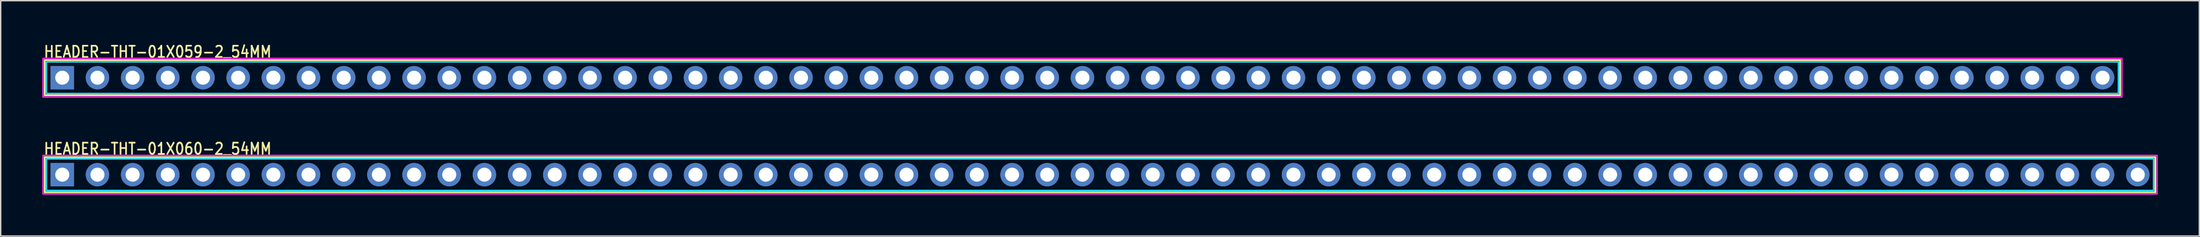
<source format=kicad_pcb>
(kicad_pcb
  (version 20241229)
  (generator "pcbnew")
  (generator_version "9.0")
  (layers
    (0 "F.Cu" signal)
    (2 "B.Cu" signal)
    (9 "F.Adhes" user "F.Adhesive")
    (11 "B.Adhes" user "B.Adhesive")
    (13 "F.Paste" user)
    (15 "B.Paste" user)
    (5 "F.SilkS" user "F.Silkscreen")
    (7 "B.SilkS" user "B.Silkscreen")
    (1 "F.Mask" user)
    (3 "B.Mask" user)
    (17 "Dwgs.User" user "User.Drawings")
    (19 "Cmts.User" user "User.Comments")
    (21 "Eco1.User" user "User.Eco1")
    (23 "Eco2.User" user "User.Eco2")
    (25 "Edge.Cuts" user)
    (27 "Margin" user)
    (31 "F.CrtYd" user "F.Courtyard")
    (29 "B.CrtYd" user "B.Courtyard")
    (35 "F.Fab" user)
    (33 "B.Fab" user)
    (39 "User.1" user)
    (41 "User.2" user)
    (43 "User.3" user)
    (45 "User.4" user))
  (footprint "HEADER-THT-01X060-2_54MM"
    (layer "F.Cu")
    (at 1.447 9.604)
    (property "Reference" "HEADER-THT-01X060-2_54MM" (at -1.4 -1.4 0) (unlocked yes) (layer "F.SilkS") (effects (font (size 0.813 0.695) (thickness 0.122)) (justify left bottom)))
    (fp_line (start -1.27 -1.27) (end -1.27 1.27) (stroke (width 0.127) (type solid)) (layer "F.SilkS"))
    (fp_line (start -1.27 1.27) (end 151.13 1.27) (stroke (width 0.127) (type solid)) (layer "F.SilkS"))
    (fp_line (start 151.13 -1.27) (end -1.27 -1.27) (stroke (width 0.127) (type solid)) (layer "F.SilkS"))
    (fp_line (start 151.13 1.27) (end 151.13 -1.27) (stroke (width 0.127) (type solid)) (layer "F.SilkS"))
    (fp_poly (pts (xy -1.143 -1.143) (xy 151.003 -1.143) (xy 151.003 1.143) (xy -1.143 1.143)) (stroke (width 0.1) (type solid)) (fill no) (layer "B.CrtYd"))
    (fp_poly (pts (xy -1.397 -1.397) (xy 151.257 -1.397) (xy 151.257 1.397) (xy -1.397 1.397)) (stroke (width 0.1) (type solid)) (fill no) (layer "F.CrtYd"))
    (pad "1" thru_hole rect (at 0 0) (size 1.693 1.693) (drill 1.016) (layers "*.Cu" "*.Mask"))
    (pad "2" thru_hole oval (at 2.54 0) (size 1.693 1.693) (drill 1.016) (layers "*.Cu" "*.Mask"))
    (pad "3" thru_hole oval (at 5.08 0) (size 1.693 1.693) (drill 1.016) (layers "*.Cu" "*.Mask"))
    (pad "4" thru_hole oval (at 7.62 0) (size 1.693 1.693) (drill 1.016) (layers "*.Cu" "*.Mask"))
    (pad "5" thru_hole oval (at 10.16 0) (size 1.693 1.693) (drill 1.016) (layers "*.Cu" "*.Mask"))
    (pad "6" thru_hole oval (at 12.7 0) (size 1.693 1.693) (drill 1.016) (layers "*.Cu" "*.Mask"))
    (pad "7" thru_hole oval (at 15.24 0) (size 1.693 1.693) (drill 1.016) (layers "*.Cu" "*.Mask"))
    (pad "8" thru_hole oval (at 17.78 0) (size 1.693 1.693) (drill 1.016) (layers "*.Cu" "*.Mask"))
    (pad "9" thru_hole oval (at 20.32 0) (size 1.693 1.693) (drill 1.016) (layers "*.Cu" "*.Mask"))
    (pad "10" thru_hole oval (at 22.86 0) (size 1.693 1.693) (drill 1.016) (layers "*.Cu" "*.Mask"))
    (pad "11" thru_hole oval (at 25.4 0) (size 1.693 1.693) (drill 1.016) (layers "*.Cu" "*.Mask"))
    (pad "12" thru_hole oval (at 27.94 0) (size 1.693 1.693) (drill 1.016) (layers "*.Cu" "*.Mask"))
    (pad "13" thru_hole oval (at 30.48 0) (size 1.693 1.693) (drill 1.016) (layers "*.Cu" "*.Mask"))
    (pad "14" thru_hole oval (at 33.02 0) (size 1.693 1.693) (drill 1.016) (layers "*.Cu" "*.Mask"))
    (pad "15" thru_hole oval (at 35.56 0) (size 1.693 1.693) (drill 1.016) (layers "*.Cu" "*.Mask"))
    (pad "16" thru_hole oval (at 38.1 0) (size 1.693 1.693) (drill 1.016) (layers "*.Cu" "*.Mask"))
    (pad "17" thru_hole oval (at 40.64 0) (size 1.693 1.693) (drill 1.016) (layers "*.Cu" "*.Mask"))
    (pad "18" thru_hole oval (at 43.18 0) (size 1.693 1.693) (drill 1.016) (layers "*.Cu" "*.Mask"))
    (pad "19" thru_hole oval (at 45.72 0) (size 1.693 1.693) (drill 1.016) (layers "*.Cu" "*.Mask"))
    (pad "20" thru_hole oval (at 48.26 0) (size 1.693 1.693) (drill 1.016) (layers "*.Cu" "*.Mask"))
    (pad "21" thru_hole oval (at 50.8 0) (size 1.693 1.693) (drill 1.016) (layers "*.Cu" "*.Mask"))
    (pad "22" thru_hole oval (at 53.34 0) (size 1.693 1.693) (drill 1.016) (layers "*.Cu" "*.Mask"))
    (pad "23" thru_hole oval (at 55.88 0) (size 1.693 1.693) (drill 1.016) (layers "*.Cu" "*.Mask"))
    (pad "24" thru_hole oval (at 58.42 0) (size 1.693 1.693) (drill 1.016) (layers "*.Cu" "*.Mask"))
    (pad "25" thru_hole oval (at 60.96 0) (size 1.693 1.693) (drill 1.016) (layers "*.Cu" "*.Mask"))
    (pad "26" thru_hole oval (at 63.5 0) (size 1.693 1.693) (drill 1.016) (layers "*.Cu" "*.Mask"))
    (pad "27" thru_hole oval (at 66.04 0) (size 1.693 1.693) (drill 1.016) (layers "*.Cu" "*.Mask"))
    (pad "28" thru_hole oval (at 68.58 0) (size 1.693 1.693) (drill 1.016) (layers "*.Cu" "*.Mask"))
    (pad "29" thru_hole oval (at 71.12 0) (size 1.693 1.693) (drill 1.016) (layers "*.Cu" "*.Mask"))
    (pad "30" thru_hole oval (at 73.66 0) (size 1.693 1.693) (drill 1.016) (layers "*.Cu" "*.Mask"))
    (pad "31" thru_hole oval (at 76.2 0) (size 1.693 1.693) (drill 1.016) (layers "*.Cu" "*.Mask"))
    (pad "32" thru_hole oval (at 78.74 0) (size 1.693 1.693) (drill 1.016) (layers "*.Cu" "*.Mask"))
    (pad "33" thru_hole oval (at 81.28 0) (size 1.693 1.693) (drill 1.016) (layers "*.Cu" "*.Mask"))
    (pad "34" thru_hole oval (at 83.82 0) (size 1.693 1.693) (drill 1.016) (layers "*.Cu" "*.Mask"))
    (pad "35" thru_hole oval (at 86.36 0) (size 1.693 1.693) (drill 1.016) (layers "*.Cu" "*.Mask"))
    (pad "36" thru_hole oval (at 88.9 0) (size 1.693 1.693) (drill 1.016) (layers "*.Cu" "*.Mask"))
    (pad "37" thru_hole oval (at 91.44 0) (size 1.693 1.693) (drill 1.016) (layers "*.Cu" "*.Mask"))
    (pad "38" thru_hole oval (at 93.98 0) (size 1.693 1.693) (drill 1.016) (layers "*.Cu" "*.Mask"))
    (pad "39" thru_hole oval (at 96.52 0) (size 1.693 1.693) (drill 1.016) (layers "*.Cu" "*.Mask"))
    (pad "40" thru_hole oval (at 99.06 0) (size 1.693 1.693) (drill 1.016) (layers "*.Cu" "*.Mask"))
    (pad "41" thru_hole oval (at 101.6 0) (size 1.693 1.693) (drill 1.016) (layers "*.Cu" "*.Mask"))
    (pad "42" thru_hole oval (at 104.14 0) (size 1.693 1.693) (drill 1.016) (layers "*.Cu" "*.Mask"))
    (pad "43" thru_hole oval (at 106.68 0) (size 1.693 1.693) (drill 1.016) (layers "*.Cu" "*.Mask"))
    (pad "44" thru_hole oval (at 109.22 0) (size 1.693 1.693) (drill 1.016) (layers "*.Cu" "*.Mask"))
    (pad "45" thru_hole oval (at 111.76 0) (size 1.693 1.693) (drill 1.016) (layers "*.Cu" "*.Mask"))
    (pad "46" thru_hole oval (at 114.3 0) (size 1.693 1.693) (drill 1.016) (layers "*.Cu" "*.Mask"))
    (pad "47" thru_hole oval (at 116.84 0) (size 1.693 1.693) (drill 1.016) (layers "*.Cu" "*.Mask"))
    (pad "48" thru_hole oval (at 119.38 0) (size 1.693 1.693) (drill 1.016) (layers "*.Cu" "*.Mask"))
    (pad "49" thru_hole oval (at 121.92 0) (size 1.693 1.693) (drill 1.016) (layers "*.Cu" "*.Mask"))
    (pad "50" thru_hole oval (at 124.46 0) (size 1.693 1.693) (drill 1.016) (layers "*.Cu" "*.Mask"))
    (pad "51" thru_hole oval (at 127 0) (size 1.693 1.693) (drill 1.016) (layers "*.Cu" "*.Mask"))
    (pad "52" thru_hole oval (at 129.54 0) (size 1.693 1.693) (drill 1.016) (layers "*.Cu" "*.Mask"))
    (pad "53" thru_hole oval (at 132.08 0) (size 1.693 1.693) (drill 1.016) (layers "*.Cu" "*.Mask"))
    (pad "54" thru_hole oval (at 134.62 0) (size 1.693 1.693) (drill 1.016) (layers "*.Cu" "*.Mask"))
    (pad "55" thru_hole oval (at 137.16 0) (size 1.693 1.693) (drill 1.016) (layers "*.Cu" "*.Mask"))
    (pad "56" thru_hole oval (at 139.7 0) (size 1.693 1.693) (drill 1.016) (layers "*.Cu" "*.Mask"))
    (pad "57" thru_hole oval (at 142.24 0) (size 1.693 1.693) (drill 1.016) (layers "*.Cu" "*.Mask"))
    (pad "58" thru_hole oval (at 144.78 0) (size 1.693 1.693) (drill 1.016) (layers "*.Cu" "*.Mask"))
    (pad "59" thru_hole oval (at 147.32 0) (size 1.693 1.693) (drill 1.016) (layers "*.Cu" "*.Mask"))
    (pad "60" thru_hole oval (at 149.86 0) (size 1.693 1.693) (drill 1.016) (layers "*.Cu" "*.Mask")))
  (footprint "HEADER-THT-01X059-2_54MM"
    (layer "F.Cu")
    (at 1.447 2.579)
    (property "Reference" "HEADER-THT-01X059-2_54MM" (at -1.4 -1.4 0) (unlocked yes) (layer "F.SilkS") (effects (font (size 0.813 0.695) (thickness 0.122)) (justify left bottom)))
    (fp_line (start -1.27 -1.27) (end -1.27 1.27) (stroke (width 0.127) (type solid)) (layer "F.SilkS"))
    (fp_line (start -1.27 1.27) (end 148.59 1.27) (stroke (width 0.127) (type solid)) (layer "F.SilkS"))
    (fp_line (start 148.59 -1.27) (end -1.27 -1.27) (stroke (width 0.127) (type solid)) (layer "F.SilkS"))
    (fp_line (start 148.59 1.27) (end 148.59 -1.27) (stroke (width 0.127) (type solid)) (layer "F.SilkS"))
    (fp_poly (pts (xy -1.143 -1.143) (xy 148.463 -1.143) (xy 148.463 1.143) (xy -1.143 1.143)) (stroke (width 0.1) (type solid)) (fill no) (layer "B.CrtYd"))
    (fp_poly (pts (xy -1.397 -1.397) (xy 148.717 -1.397) (xy 148.717 1.397) (xy -1.397 1.397)) (stroke (width 0.1) (type solid)) (fill no) (layer "F.CrtYd"))
    (pad "1" thru_hole rect (at 0 0) (size 1.693 1.693) (drill 1.016) (layers "*.Cu" "*.Mask"))
    (pad "2" thru_hole oval (at 2.54 0) (size 1.693 1.693) (drill 1.016) (layers "*.Cu" "*.Mask"))
    (pad "3" thru_hole oval (at 5.08 0) (size 1.693 1.693) (drill 1.016) (layers "*.Cu" "*.Mask"))
    (pad "4" thru_hole oval (at 7.62 0) (size 1.693 1.693) (drill 1.016) (layers "*.Cu" "*.Mask"))
    (pad "5" thru_hole oval (at 10.16 0) (size 1.693 1.693) (drill 1.016) (layers "*.Cu" "*.Mask"))
    (pad "6" thru_hole oval (at 12.7 0) (size 1.693 1.693) (drill 1.016) (layers "*.Cu" "*.Mask"))
    (pad "7" thru_hole oval (at 15.24 0) (size 1.693 1.693) (drill 1.016) (layers "*.Cu" "*.Mask"))
    (pad "8" thru_hole oval (at 17.78 0) (size 1.693 1.693) (drill 1.016) (layers "*.Cu" "*.Mask"))
    (pad "9" thru_hole oval (at 20.32 0) (size 1.693 1.693) (drill 1.016) (layers "*.Cu" "*.Mask"))
    (pad "10" thru_hole oval (at 22.86 0) (size 1.693 1.693) (drill 1.016) (layers "*.Cu" "*.Mask"))
    (pad "11" thru_hole oval (at 25.4 0) (size 1.693 1.693) (drill 1.016) (layers "*.Cu" "*.Mask"))
    (pad "12" thru_hole oval (at 27.94 0) (size 1.693 1.693) (drill 1.016) (layers "*.Cu" "*.Mask"))
    (pad "13" thru_hole oval (at 30.48 0) (size 1.693 1.693) (drill 1.016) (layers "*.Cu" "*.Mask"))
    (pad "14" thru_hole oval (at 33.02 0) (size 1.693 1.693) (drill 1.016) (layers "*.Cu" "*.Mask"))
    (pad "15" thru_hole oval (at 35.56 0) (size 1.693 1.693) (drill 1.016) (layers "*.Cu" "*.Mask"))
    (pad "16" thru_hole oval (at 38.1 0) (size 1.693 1.693) (drill 1.016) (layers "*.Cu" "*.Mask"))
    (pad "17" thru_hole oval (at 40.64 0) (size 1.693 1.693) (drill 1.016) (layers "*.Cu" "*.Mask"))
    (pad "18" thru_hole oval (at 43.18 0) (size 1.693 1.693) (drill 1.016) (layers "*.Cu" "*.Mask"))
    (pad "19" thru_hole oval (at 45.72 0) (size 1.693 1.693) (drill 1.016) (layers "*.Cu" "*.Mask"))
    (pad "20" thru_hole oval (at 48.26 0) (size 1.693 1.693) (drill 1.016) (layers "*.Cu" "*.Mask"))
    (pad "21" thru_hole oval (at 50.8 0) (size 1.693 1.693) (drill 1.016) (layers "*.Cu" "*.Mask"))
    (pad "22" thru_hole oval (at 53.34 0) (size 1.693 1.693) (drill 1.016) (layers "*.Cu" "*.Mask"))
    (pad "23" thru_hole oval (at 55.88 0) (size 1.693 1.693) (drill 1.016) (layers "*.Cu" "*.Mask"))
    (pad "24" thru_hole oval (at 58.42 0) (size 1.693 1.693) (drill 1.016) (layers "*.Cu" "*.Mask"))
    (pad "25" thru_hole oval (at 60.96 0) (size 1.693 1.693) (drill 1.016) (layers "*.Cu" "*.Mask"))
    (pad "26" thru_hole oval (at 63.5 0) (size 1.693 1.693) (drill 1.016) (layers "*.Cu" "*.Mask"))
    (pad "27" thru_hole oval (at 66.04 0) (size 1.693 1.693) (drill 1.016) (layers "*.Cu" "*.Mask"))
    (pad "28" thru_hole oval (at 68.58 0) (size 1.693 1.693) (drill 1.016) (layers "*.Cu" "*.Mask"))
    (pad "29" thru_hole oval (at 71.12 0) (size 1.693 1.693) (drill 1.016) (layers "*.Cu" "*.Mask"))
    (pad "30" thru_hole oval (at 73.66 0) (size 1.693 1.693) (drill 1.016) (layers "*.Cu" "*.Mask"))
    (pad "31" thru_hole oval (at 76.2 0) (size 1.693 1.693) (drill 1.016) (layers "*.Cu" "*.Mask"))
    (pad "32" thru_hole oval (at 78.74 0) (size 1.693 1.693) (drill 1.016) (layers "*.Cu" "*.Mask"))
    (pad "33" thru_hole oval (at 81.28 0) (size 1.693 1.693) (drill 1.016) (layers "*.Cu" "*.Mask"))
    (pad "34" thru_hole oval (at 83.82 0) (size 1.693 1.693) (drill 1.016) (layers "*.Cu" "*.Mask"))
    (pad "35" thru_hole oval (at 86.36 0) (size 1.693 1.693) (drill 1.016) (layers "*.Cu" "*.Mask"))
    (pad "36" thru_hole oval (at 88.9 0) (size 1.693 1.693) (drill 1.016) (layers "*.Cu" "*.Mask"))
    (pad "37" thru_hole oval (at 91.44 0) (size 1.693 1.693) (drill 1.016) (layers "*.Cu" "*.Mask"))
    (pad "38" thru_hole oval (at 93.98 0) (size 1.693 1.693) (drill 1.016) (layers "*.Cu" "*.Mask"))
    (pad "39" thru_hole oval (at 96.52 0) (size 1.693 1.693) (drill 1.016) (layers "*.Cu" "*.Mask"))
    (pad "40" thru_hole oval (at 99.06 0) (size 1.693 1.693) (drill 1.016) (layers "*.Cu" "*.Mask"))
    (pad "41" thru_hole oval (at 101.6 0) (size 1.693 1.693) (drill 1.016) (layers "*.Cu" "*.Mask"))
    (pad "42" thru_hole oval (at 104.14 0) (size 1.693 1.693) (drill 1.016) (layers "*.Cu" "*.Mask"))
    (pad "43" thru_hole oval (at 106.68 0) (size 1.693 1.693) (drill 1.016) (layers "*.Cu" "*.Mask"))
    (pad "44" thru_hole oval (at 109.22 0) (size 1.693 1.693) (drill 1.016) (layers "*.Cu" "*.Mask"))
    (pad "45" thru_hole oval (at 111.76 0) (size 1.693 1.693) (drill 1.016) (layers "*.Cu" "*.Mask"))
    (pad "46" thru_hole oval (at 114.3 0) (size 1.693 1.693) (drill 1.016) (layers "*.Cu" "*.Mask"))
    (pad "47" thru_hole oval (at 116.84 0) (size 1.693 1.693) (drill 1.016) (layers "*.Cu" "*.Mask"))
    (pad "48" thru_hole oval (at 119.38 0) (size 1.693 1.693) (drill 1.016) (layers "*.Cu" "*.Mask"))
    (pad "49" thru_hole oval (at 121.92 0) (size 1.693 1.693) (drill 1.016) (layers "*.Cu" "*.Mask"))
    (pad "50" thru_hole oval (at 124.46 0) (size 1.693 1.693) (drill 1.016) (layers "*.Cu" "*.Mask"))
    (pad "51" thru_hole oval (at 127 0) (size 1.693 1.693) (drill 1.016) (layers "*.Cu" "*.Mask"))
    (pad "52" thru_hole oval (at 129.54 0) (size 1.693 1.693) (drill 1.016) (layers "*.Cu" "*.Mask"))
    (pad "53" thru_hole oval (at 132.08 0) (size 1.693 1.693) (drill 1.016) (layers "*.Cu" "*.Mask"))
    (pad "54" thru_hole oval (at 134.62 0) (size 1.693 1.693) (drill 1.016) (layers "*.Cu" "*.Mask"))
    (pad "55" thru_hole oval (at 137.16 0) (size 1.693 1.693) (drill 1.016) (layers "*.Cu" "*.Mask"))
    (pad "56" thru_hole oval (at 139.7 0) (size 1.693 1.693) (drill 1.016) (layers "*.Cu" "*.Mask"))
    (pad "57" thru_hole oval (at 142.24 0) (size 1.693 1.693) (drill 1.016) (layers "*.Cu" "*.Mask"))
    (pad "58" thru_hole oval (at 144.78 0) (size 1.693 1.693) (drill 1.016) (layers "*.Cu" "*.Mask"))
    (pad "59" thru_hole oval (at 147.32 0) (size 1.693 1.693) (drill 1.016) (layers "*.Cu" "*.Mask")))
  (gr_rect
    (start -3 -3)
    (end 155.754 14.051)
    (stroke (width 0.1) (type default))
    (fill no)
    (layer "Edge.Cuts")))
</source>
